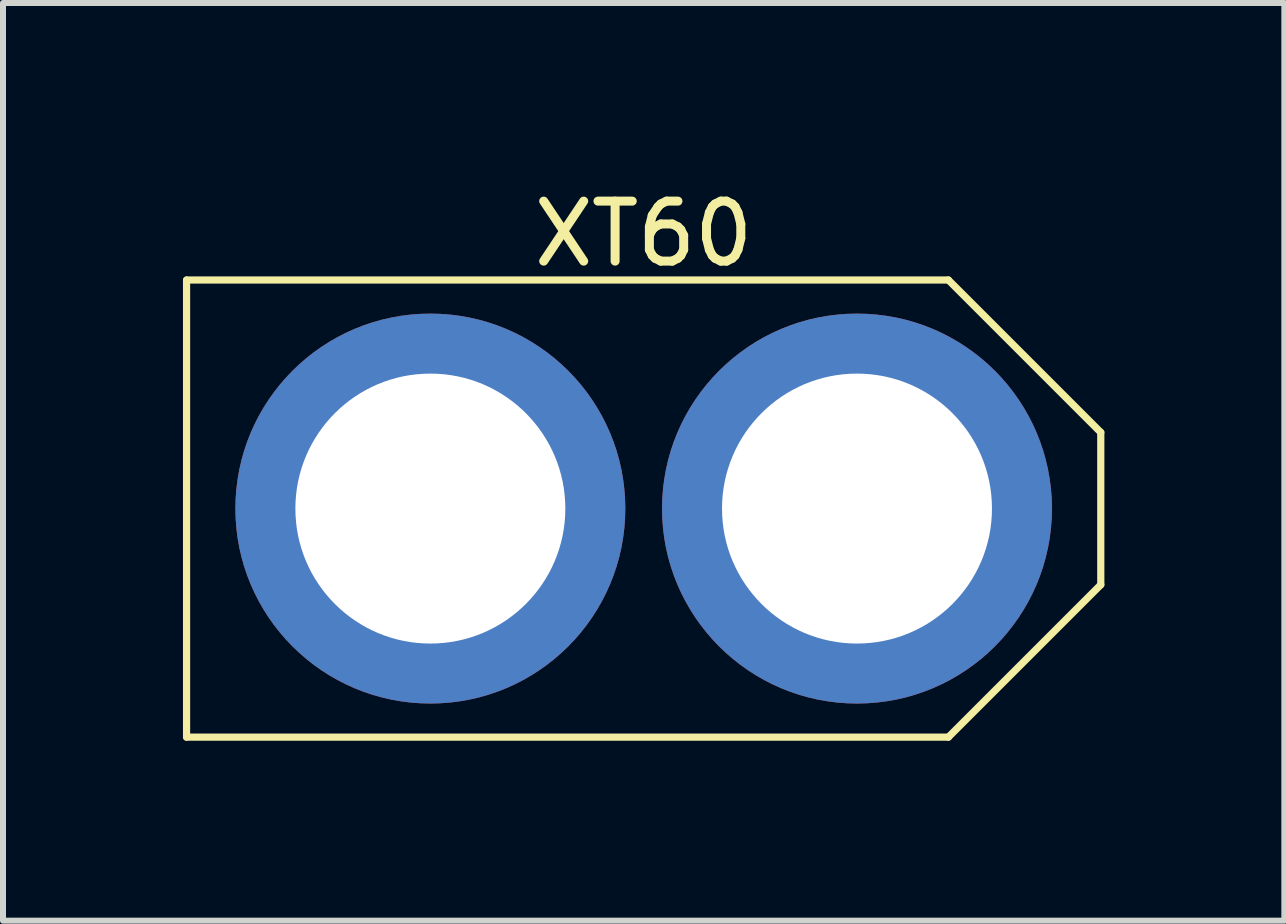
<source format=kicad_pcb>
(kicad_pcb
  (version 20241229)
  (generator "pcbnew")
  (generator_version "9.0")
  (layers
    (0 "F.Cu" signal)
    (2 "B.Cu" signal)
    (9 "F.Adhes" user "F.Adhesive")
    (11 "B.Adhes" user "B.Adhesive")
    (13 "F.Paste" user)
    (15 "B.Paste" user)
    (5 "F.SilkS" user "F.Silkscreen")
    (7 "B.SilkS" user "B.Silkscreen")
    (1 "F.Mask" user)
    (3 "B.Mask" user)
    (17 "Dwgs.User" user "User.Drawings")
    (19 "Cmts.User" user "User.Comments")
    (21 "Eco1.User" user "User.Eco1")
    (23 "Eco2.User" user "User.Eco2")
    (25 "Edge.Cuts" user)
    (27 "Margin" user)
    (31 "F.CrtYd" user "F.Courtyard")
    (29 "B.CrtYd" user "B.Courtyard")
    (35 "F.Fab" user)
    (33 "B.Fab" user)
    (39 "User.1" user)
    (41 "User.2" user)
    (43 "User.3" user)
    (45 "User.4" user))
  (footprint "XT60"
    (layer "F.Cu")
    (at 7.68 0.348)
    (property "Reference" "XT60" (at 0 0.5 0) (layer "F.SilkS") (effects (font (size 1 1) (thickness 0.15))))
    (attr through_hole)
    (fp_line (start -7.62 8.89) (end -7.62 1.27) (stroke (width 0.12) (type solid)) (layer "F.SilkS"))
    (fp_line (start 5.08 1.27) (end -7.62 1.27) (stroke (width 0.12) (type solid)) (layer "F.SilkS"))
    (fp_line (start 5.08 1.27) (end 7.62 3.81) (stroke (width 0.12) (type solid)) (layer "F.SilkS"))
    (fp_line (start 5.08 8.89) (end -7.62 8.89) (stroke (width 0.12) (type solid)) (layer "F.SilkS"))
    (fp_line (start 7.62 3.81) (end 7.62 6.35) (stroke (width 0.12) (type solid)) (layer "F.SilkS"))
    (fp_line (start 7.62 6.35) (end 5.08 8.89) (stroke (width 0.12) (type solid)) (layer "F.SilkS"))
    (pad "1" thru_hole circle (at 3.556 5.08) (size 6.5 6.5) (drill 4.5) (layers "*.Cu" "*.Mask"))
    (pad "2" thru_hole circle (at -3.556 5.08) (size 6.5 6.5) (drill 4.5) (layers "*.Cu" "*.Mask")))
  (gr_rect
    (start -3 -3)
    (end 18.36 12.298)
    (stroke (width 0.1) (type default))
    (fill no)
    (layer "Edge.Cuts")))
</source>
